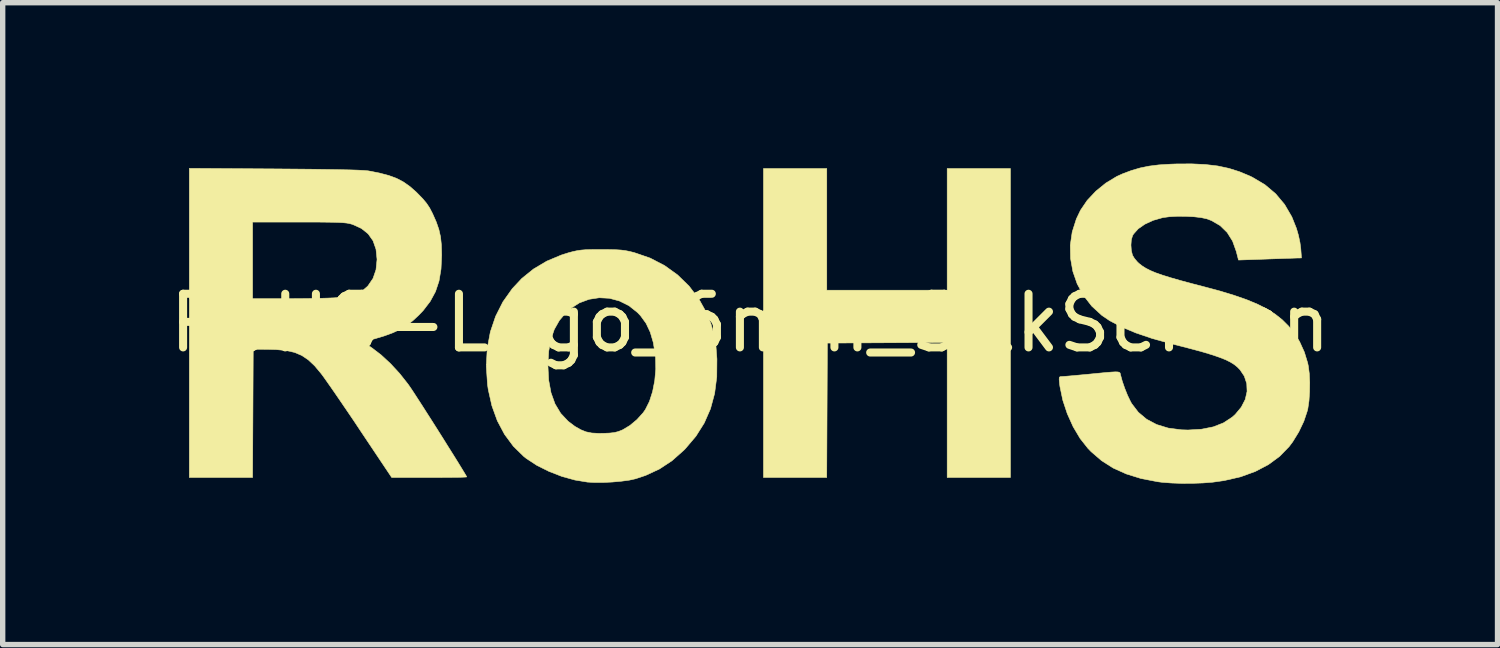
<source format=kicad_pcb>
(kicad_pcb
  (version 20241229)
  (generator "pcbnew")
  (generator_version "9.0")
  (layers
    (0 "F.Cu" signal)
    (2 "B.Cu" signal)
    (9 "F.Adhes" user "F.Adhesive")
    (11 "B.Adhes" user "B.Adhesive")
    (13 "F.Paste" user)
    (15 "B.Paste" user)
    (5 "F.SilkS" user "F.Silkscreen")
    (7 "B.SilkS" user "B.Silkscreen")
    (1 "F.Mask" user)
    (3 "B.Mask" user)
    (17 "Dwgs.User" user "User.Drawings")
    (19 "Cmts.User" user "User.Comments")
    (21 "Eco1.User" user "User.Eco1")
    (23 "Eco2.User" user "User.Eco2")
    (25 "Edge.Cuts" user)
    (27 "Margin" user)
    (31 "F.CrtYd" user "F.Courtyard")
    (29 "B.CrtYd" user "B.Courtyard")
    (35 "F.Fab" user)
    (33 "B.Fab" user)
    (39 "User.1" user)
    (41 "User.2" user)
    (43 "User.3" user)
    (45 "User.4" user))
  (footprint "RoHS-Logo_6mm_SilkScreen"
    (layer "F.Cu")
    (at 10.935 2.972)
    (property "Reference" "RoHS-Logo_6mm_SilkScreen" (at 0 0 0) (layer "F.SilkS") (effects (font (size 1 1) (thickness 0.15))))
    (attr board_only exclude_from_pos_files exclude_from_bom allow_missing_courtyard)
    (fp_poly (pts (xy 1.429 -0.612) (xy 3.674 -0.612) (xy 3.674 -2.88) (xy 4.853 -2.88) (xy 4.853 2.88) (xy 3.674 2.88) (xy 3.674 0.362) (xy 2.557 0.368) (xy 1.44 0.374) (xy 1.434 1.627) (xy 1.428 2.88) (xy 0.249 2.88) (xy 0.249 -2.88) (xy 1.429 -2.88) (xy 1.429 -0.612)) (stroke (width 0.01) (type solid)) (fill yes) (layer "F.SilkS"))
    (fp_poly (pts (xy -2.767 -1.37) (xy -2.615 -1.369) (xy -2.499 -1.366) (xy -2.406 -1.36) (xy -2.327 -1.35) (xy -2.251 -1.335) (xy -2.167 -1.314) (xy -2.153 -1.31) (xy -1.863 -1.21) (xy -1.595 -1.071) (xy -1.353 -0.897) (xy -1.14 -0.69) (xy -0.958 -0.452) (xy -0.815 -0.195) (xy -0.732 0.009) (xy -0.673 0.218) (xy -0.636 0.446) (xy -0.619 0.671) (xy -0.622 1.005) (xy -0.662 1.314) (xy -0.739 1.599) (xy -0.855 1.864) (xy -1.01 2.11) (xy -1.205 2.34) (xy -1.235 2.371) (xy -1.456 2.567) (xy -1.691 2.722) (xy -1.947 2.841) (xy -2.136 2.904) (xy -2.254 2.93) (xy -2.404 2.95) (xy -2.571 2.965) (xy -2.743 2.973) (xy -2.905 2.973) (xy -3.032 2.966) (xy -3.269 2.927) (xy -3.513 2.859) (xy -3.752 2.766) (xy -3.975 2.655) (xy -4.169 2.528) (xy -4.22 2.488) (xy -4.414 2.298) (xy -4.579 2.075) (xy -4.713 1.823) (xy -4.814 1.544) (xy -4.882 1.243) (xy -4.896 1.145) (xy -4.919 0.802) (xy -4.918 0.794) (xy -3.77 0.794) (xy -3.756 1.064) (xy -3.712 1.301) (xy -3.638 1.507) (xy -3.532 1.684) (xy -3.393 1.832) (xy -3.266 1.928) (xy -3.159 1.989) (xy -3.06 2.029) (xy -2.952 2.051) (xy -2.822 2.058) (xy -2.733 2.057) (xy -2.616 2.052) (xy -2.53 2.042) (xy -2.458 2.024) (xy -2.387 1.996) (xy -2.376 1.991) (xy -2.242 1.911) (xy -2.11 1.801) (xy -1.996 1.675) (xy -1.953 1.614) (xy -1.877 1.462) (xy -1.818 1.278) (xy -1.778 1.074) (xy -1.759 0.86) (xy -1.763 0.648) (xy -1.768 0.595) (xy -1.805 0.365) (xy -1.862 0.171) (xy -1.94 0.006) (xy -2.043 -0.136) (xy -2.099 -0.195) (xy -2.26 -0.323) (xy -2.437 -0.411) (xy -2.623 -0.461) (xy -2.814 -0.471) (xy -3.003 -0.442) (xy -3.184 -0.375) (xy -3.351 -0.268) (xy -3.432 -0.195) (xy -3.557 -0.047) (xy -3.651 0.119) (xy -3.716 0.308) (xy -3.755 0.526) (xy -3.77 0.777) (xy -3.77 0.794) (xy -4.918 0.794) (xy -4.901 0.475) (xy -4.843 0.165) (xy -4.745 -0.125) (xy -4.609 -0.394) (xy -4.434 -0.641) (xy -4.255 -0.832) (xy -4.038 -1.007) (xy -3.79 -1.154) (xy -3.518 -1.268) (xy -3.388 -1.309) (xy -3.302 -1.332) (xy -3.227 -1.348) (xy -3.154 -1.359) (xy -3.072 -1.366) (xy -2.97 -1.369) (xy -2.838 -1.37) (xy -2.767 -1.37)) (stroke (width 0.01) (type solid)) (fill yes) (layer "F.SilkS"))
    (fp_poly (pts (xy -8.862 -2.873) (xy -8.505 -2.87) (xy -8.187 -2.867) (xy -7.908 -2.863) (xy -7.669 -2.859) (xy -7.47 -2.855) (xy -7.314 -2.85) (xy -7.201 -2.844) (xy -7.132 -2.838) (xy -7.121 -2.837) (xy -6.911 -2.796) (xy -6.736 -2.75) (xy -6.59 -2.696) (xy -6.461 -2.628) (xy -6.342 -2.544) (xy -6.223 -2.439) (xy -6.198 -2.414) (xy -6.102 -2.315) (xy -6.032 -2.231) (xy -5.975 -2.145) (xy -5.923 -2.045) (xy -5.92 -2.039) (xy -5.851 -1.883) (xy -5.803 -1.744) (xy -5.772 -1.607) (xy -5.756 -1.457) (xy -5.751 -1.279) (xy -5.751 -1.259) (xy -5.763 -1.005) (xy -5.8 -0.783) (xy -5.866 -0.585) (xy -5.964 -0.404) (xy -6.095 -0.233) (xy -6.178 -0.146) (xy -6.289 -0.043) (xy -6.4 0.042) (xy -6.519 0.115) (xy -6.654 0.179) (xy -6.813 0.238) (xy -7.005 0.296) (xy -7.141 0.332) (xy -7.217 0.352) (xy -7.05 0.465) (xy -6.88 0.595) (xy -6.705 0.757) (xy -6.535 0.941) (xy -6.381 1.136) (xy -6.358 1.168) (xy -6.319 1.225) (xy -6.262 1.311) (xy -6.191 1.421) (xy -6.108 1.549) (xy -6.017 1.692) (xy -5.919 1.845) (xy -5.819 2.003) (xy -5.72 2.16) (xy -5.624 2.314) (xy -5.534 2.457) (xy -5.453 2.587) (xy -5.385 2.698) (xy -5.332 2.785) (xy -5.297 2.843) (xy -5.284 2.869) (xy -5.284 2.87) (xy -5.306 2.872) (xy -5.368 2.875) (xy -5.464 2.877) (xy -5.589 2.878) (xy -5.737 2.879) (xy -5.904 2.88) (xy -5.983 2.88) (xy -6.682 2.88) (xy -7.262 2.013) (xy -7.386 1.826) (xy -7.509 1.645) (xy -7.627 1.472) (xy -7.735 1.314) (xy -7.831 1.176) (xy -7.911 1.062) (xy -7.972 0.977) (xy -8 0.94) (xy -8.12 0.797) (xy -8.237 0.687) (xy -8.359 0.605) (xy -8.494 0.548) (xy -8.651 0.513) (xy -8.839 0.495) (xy -8.979 0.491) (xy -9.264 0.488) (xy -9.276 2.88) (xy -10.455 2.88) (xy -10.455 -1.882) (xy -9.276 -1.882) (xy -9.276 -0.454) (xy -8.567 -0.454) (xy -8.381 -0.455) (xy -8.2 -0.457) (xy -8.031 -0.46) (xy -7.883 -0.464) (xy -7.762 -0.469) (xy -7.677 -0.475) (xy -7.66 -0.477) (xy -7.481 -0.505) (xy -7.34 -0.546) (xy -7.227 -0.604) (xy -7.137 -0.68) (xy -7.123 -0.695) (xy -7.03 -0.832) (xy -6.975 -0.992) (xy -6.956 -1.178) (xy -6.956 -1.191) (xy -6.975 -1.376) (xy -7.03 -1.533) (xy -7.121 -1.662) (xy -7.247 -1.763) (xy -7.409 -1.837) (xy -7.439 -1.846) (xy -7.478 -1.856) (xy -7.526 -1.864) (xy -7.589 -1.87) (xy -7.67 -1.875) (xy -7.775 -1.878) (xy -7.909 -1.88) (xy -8.076 -1.882) (xy -8.281 -1.882) (xy -8.418 -1.882) (xy -9.276 -1.882) (xy -10.455 -1.882) (xy -10.455 -2.883) (xy -8.862 -2.873)) (stroke (width 0.01) (type solid)) (fill yes) (layer "F.SilkS"))
    (fp_poly (pts (xy 8.487 -2.955) (xy 8.716 -2.928) (xy 8.926 -2.883) (xy 9.125 -2.82) (xy 9.321 -2.738) (xy 9.364 -2.717) (xy 9.597 -2.579) (xy 9.797 -2.41) (xy 9.964 -2.211) (xy 10.099 -1.98) (xy 10.185 -1.765) (xy 10.222 -1.637) (xy 10.251 -1.501) (xy 10.266 -1.389) (xy 10.279 -1.213) (xy 10.214 -1.212) (xy 10.173 -1.211) (xy 10.094 -1.208) (xy 9.985 -1.205) (xy 9.852 -1.2) (xy 9.704 -1.195) (xy 9.627 -1.192) (xy 9.105 -1.174) (xy 9.064 -1.334) (xy 8.995 -1.527) (xy 8.894 -1.688) (xy 8.763 -1.816) (xy 8.603 -1.909) (xy 8.516 -1.942) (xy 8.411 -1.965) (xy 8.275 -1.981) (xy 8.122 -1.989) (xy 7.966 -1.99) (xy 7.82 -1.982) (xy 7.699 -1.966) (xy 7.69 -1.964) (xy 7.514 -1.914) (xy 7.36 -1.843) (xy 7.236 -1.757) (xy 7.148 -1.659) (xy 7.13 -1.628) (xy 7.107 -1.552) (xy 7.1 -1.453) (xy 7.107 -1.35) (xy 7.129 -1.263) (xy 7.129 -1.263) (xy 7.165 -1.204) (xy 7.22 -1.139) (xy 7.247 -1.113) (xy 7.307 -1.066) (xy 7.376 -1.022) (xy 7.46 -0.979) (xy 7.562 -0.936) (xy 7.688 -0.892) (xy 7.842 -0.844) (xy 8.027 -0.791) (xy 8.25 -0.731) (xy 8.436 -0.683) (xy 8.75 -0.599) (xy 9.023 -0.516) (xy 9.259 -0.434) (xy 9.463 -0.349) (xy 9.639 -0.26) (xy 9.79 -0.164) (xy 9.922 -0.059) (xy 10.038 0.057) (xy 10.134 0.173) (xy 10.243 0.345) (xy 10.333 0.543) (xy 10.395 0.746) (xy 10.407 0.804) (xy 10.425 0.945) (xy 10.433 1.111) (xy 10.43 1.285) (xy 10.419 1.451) (xy 10.398 1.595) (xy 10.387 1.641) (xy 10.323 1.833) (xy 10.229 2.03) (xy 10.115 2.216) (xy 10.048 2.305) (xy 9.873 2.485) (xy 9.662 2.64) (xy 9.418 2.768) (xy 9.142 2.868) (xy 8.836 2.938) (xy 8.623 2.968) (xy 8.446 2.982) (xy 8.25 2.989) (xy 8.048 2.99) (xy 7.853 2.983) (xy 7.682 2.97) (xy 7.597 2.959) (xy 7.287 2.899) (xy 7.013 2.814) (xy 6.769 2.704) (xy 6.553 2.567) (xy 6.358 2.399) (xy 6.298 2.337) (xy 6.152 2.152) (xy 6.022 1.933) (xy 5.913 1.691) (xy 5.829 1.438) (xy 5.776 1.183) (xy 5.769 1.128) (xy 5.762 1.055) (xy 5.764 1.016) (xy 5.778 1.001) (xy 5.807 0.998) (xy 5.808 0.998) (xy 5.847 0.996) (xy 5.923 0.99) (xy 6.028 0.981) (xy 6.156 0.969) (xy 6.297 0.956) (xy 6.327 0.953) (xy 6.501 0.936) (xy 6.635 0.923) (xy 6.735 0.915) (xy 6.805 0.911) (xy 6.852 0.912) (xy 6.88 0.918) (xy 6.895 0.929) (xy 6.902 0.945) (xy 6.906 0.966) (xy 6.907 0.97) (xy 6.938 1.085) (xy 6.984 1.218) (xy 7.037 1.35) (xy 7.092 1.464) (xy 7.113 1.502) (xy 7.237 1.664) (xy 7.392 1.794) (xy 7.579 1.893) (xy 7.795 1.959) (xy 8.04 1.991) (xy 8.164 1.995) (xy 8.417 1.98) (xy 8.637 1.936) (xy 8.827 1.861) (xy 8.988 1.755) (xy 9.044 1.705) (xy 9.157 1.569) (xy 9.231 1.425) (xy 9.265 1.276) (xy 9.259 1.129) (xy 9.213 0.99) (xy 9.133 0.871) (xy 9.082 0.819) (xy 9.023 0.772) (xy 8.952 0.728) (xy 8.863 0.684) (xy 8.754 0.641) (xy 8.62 0.595) (xy 8.456 0.545) (xy 8.259 0.491) (xy 8.024 0.43) (xy 7.854 0.387) (xy 7.501 0.29) (xy 7.192 0.185) (xy 6.926 0.074) (xy 6.704 -0.043) (xy 6.558 -0.142) (xy 6.37 -0.314) (xy 6.216 -0.512) (xy 6.098 -0.729) (xy 6.017 -0.962) (xy 5.974 -1.204) (xy 5.969 -1.451) (xy 6.005 -1.698) (xy 6.082 -1.94) (xy 6.16 -2.103) (xy 6.285 -2.287) (xy 6.446 -2.458) (xy 6.633 -2.61) (xy 6.837 -2.733) (xy 6.945 -2.782) (xy 7.111 -2.844) (xy 7.272 -2.891) (xy 7.438 -2.925) (xy 7.621 -2.948) (xy 7.832 -2.961) (xy 7.938 -2.965) (xy 8.23 -2.967) (xy 8.487 -2.955)) (stroke (width 0.01) (type solid)) (fill yes) (layer "F.SilkS")))
  (gr_rect
    (start -3 -3)
    (end 24.869 8.967)
    (stroke (width 0.1) (type default))
    (fill no)
    (layer "Edge.Cuts")))
</source>
